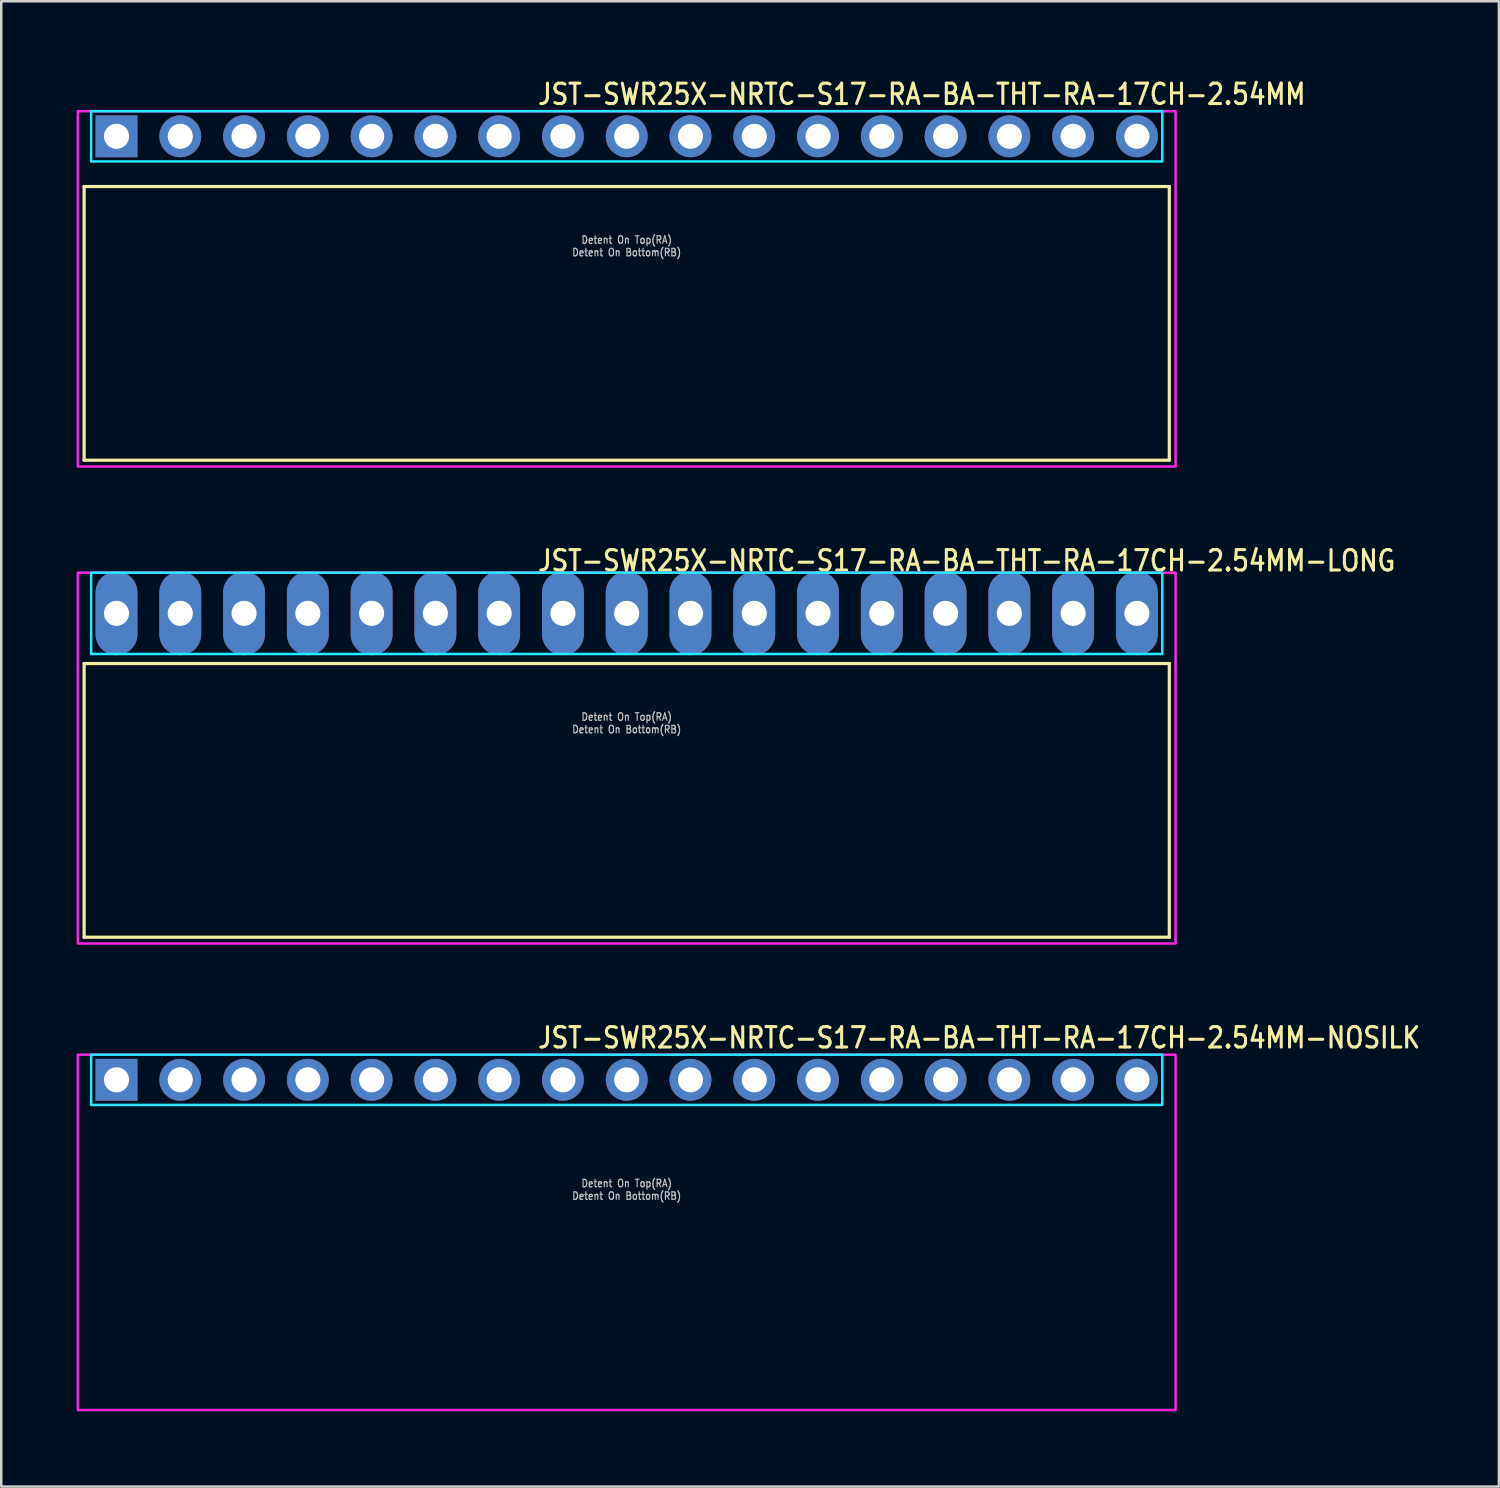
<source format=kicad_pcb>
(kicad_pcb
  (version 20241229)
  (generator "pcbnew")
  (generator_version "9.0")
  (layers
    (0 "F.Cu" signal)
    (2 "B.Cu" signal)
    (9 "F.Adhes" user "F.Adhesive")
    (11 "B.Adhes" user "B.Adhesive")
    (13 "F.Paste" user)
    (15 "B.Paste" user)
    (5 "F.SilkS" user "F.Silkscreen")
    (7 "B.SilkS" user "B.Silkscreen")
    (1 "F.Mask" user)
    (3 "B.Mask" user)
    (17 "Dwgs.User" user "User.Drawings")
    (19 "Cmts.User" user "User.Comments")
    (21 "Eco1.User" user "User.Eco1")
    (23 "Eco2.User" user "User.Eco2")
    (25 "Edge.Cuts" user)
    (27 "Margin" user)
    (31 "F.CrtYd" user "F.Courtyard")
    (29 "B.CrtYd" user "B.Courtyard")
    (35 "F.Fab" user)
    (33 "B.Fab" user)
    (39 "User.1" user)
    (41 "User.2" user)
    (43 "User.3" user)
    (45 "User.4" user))
  (footprint "JST-SWR25X-NRTC-S17-RA-BA-THT-RA-17CH-2.54MM-LONG"
    (layer "F.Cu")
    (at 21.91 21.377)
    (property "Reference" "JST-SWR25X-NRTC-S17-RA-BA-THT-RA-17CH-2.54MM-LONG" (at -3.6 -1.62 0) (unlocked yes) (layer "F.SilkS") (effects (font (size 0.813 0.695) (thickness 0.122)) (justify left bottom)))
    (fp_line (start -21.61 2) (end 21.61 2) (stroke (width 0.127) (type solid)) (layer "F.SilkS"))
    (fp_line (start -21.61 12.9) (end -21.61 2) (stroke (width 0.127) (type solid)) (layer "F.SilkS"))
    (fp_line (start -21.61 12.9) (end 21.61 12.9) (stroke (width 0.127) (type solid)) (layer "F.SilkS"))
    (fp_line (start 21.61 2) (end 21.61 12.9) (stroke (width 0.127) (type solid)) (layer "F.SilkS"))
    (fp_poly (pts (xy -21.33 -1.62) (xy -21.33 1.62) (xy 21.33 1.62) (xy 21.33 -1.62)) (stroke (width 0.1) (type solid)) (fill no) (layer "B.CrtYd"))
    (fp_poly (pts (xy -21.86 -1.62) (xy -21.86 13.15) (xy 21.86 13.15) (xy 21.86 -1.62)) (stroke (width 0.1) (type solid)) (fill no) (layer "F.CrtYd"))
    (fp_text user "Detent On Top(RA)" (at 0 4.3 0) (unlocked yes) (layer "Dwgs.User") (effects (font (size 0.3 0.257) (thickness 0.045)) (justify bottom)))
    (fp_text user "Detent On Bottom(RB)" (at 0 4.8 0) (unlocked yes) (layer "Dwgs.User") (effects (font (size 0.3 0.257) (thickness 0.045)) (justify bottom)))
    (pad "1" thru_hole oval (at -20.32 0 90) (size 3.333 1.667) (drill 1) (layers "*.Cu" "*.Mask"))
    (pad "2" thru_hole oval (at -17.78 0 90) (size 3.333 1.667) (drill 1) (layers "*.Cu" "*.Mask"))
    (pad "3" thru_hole oval (at -15.24 0 90) (size 3.333 1.667) (drill 1) (layers "*.Cu" "*.Mask"))
    (pad "4" thru_hole oval (at -12.7 0 90) (size 3.333 1.667) (drill 1) (layers "*.Cu" "*.Mask"))
    (pad "5" thru_hole oval (at -10.16 0 90) (size 3.333 1.667) (drill 1) (layers "*.Cu" "*.Mask"))
    (pad "6" thru_hole oval (at -7.62 0 90) (size 3.333 1.667) (drill 1) (layers "*.Cu" "*.Mask"))
    (pad "7" thru_hole oval (at -5.08 0 90) (size 3.333 1.667) (drill 1) (layers "*.Cu" "*.Mask"))
    (pad "8" thru_hole oval (at -2.54 0 90) (size 3.333 1.667) (drill 1) (layers "*.Cu" "*.Mask"))
    (pad "9" thru_hole oval (at 0 0 90) (size 3.333 1.667) (drill 1) (layers "*.Cu" "*.Mask"))
    (pad "10" thru_hole oval (at 2.54 0 90) (size 3.333 1.667) (drill 1) (layers "*.Cu" "*.Mask"))
    (pad "11" thru_hole oval (at 5.08 0 90) (size 3.333 1.667) (drill 1) (layers "*.Cu" "*.Mask"))
    (pad "12" thru_hole oval (at 7.62 0 90) (size 3.333 1.667) (drill 1) (layers "*.Cu" "*.Mask"))
    (pad "13" thru_hole oval (at 10.16 0 90) (size 3.333 1.667) (drill 1) (layers "*.Cu" "*.Mask"))
    (pad "14" thru_hole oval (at 12.7 0 90) (size 3.333 1.667) (drill 1) (layers "*.Cu" "*.Mask"))
    (pad "15" thru_hole oval (at 15.24 0 90) (size 3.333 1.667) (drill 1) (layers "*.Cu" "*.Mask"))
    (pad "16" thru_hole oval (at 17.78 0 90) (size 3.333 1.667) (drill 1) (layers "*.Cu" "*.Mask"))
    (pad "17" thru_hole oval (at 20.32 0 90) (size 3.333 1.667) (drill 1) (layers "*.Cu" "*.Mask")))
  (footprint "JST-SWR25X-NRTC-S17-RA-BA-THT-RA-17CH-2.54MM"
    (layer "F.Cu")
    (at 21.91 2.379)
    (property "Reference" "JST-SWR25X-NRTC-S17-RA-BA-THT-RA-17CH-2.54MM" (at -3.6 -1.2 0) (unlocked yes) (layer "F.SilkS") (effects (font (size 0.813 0.695) (thickness 0.122)) (justify left bottom)))
    (fp_line (start -21.61 2) (end 21.61 2) (stroke (width 0.127) (type solid)) (layer "F.SilkS"))
    (fp_line (start -21.61 12.9) (end -21.61 2) (stroke (width 0.127) (type solid)) (layer "F.SilkS"))
    (fp_line (start -21.61 12.9) (end 21.61 12.9) (stroke (width 0.127) (type solid)) (layer "F.SilkS"))
    (fp_line (start 21.61 2) (end 21.61 12.9) (stroke (width 0.127) (type solid)) (layer "F.SilkS"))
    (fp_poly (pts (xy -21.33 -1) (xy -21.33 1) (xy 21.33 1) (xy 21.33 -1)) (stroke (width 0.1) (type solid)) (fill no) (layer "B.CrtYd"))
    (fp_poly (pts (xy -21.86 -1) (xy -21.86 13.15) (xy 21.86 13.15) (xy 21.86 -1)) (stroke (width 0.1) (type solid)) (fill no) (layer "F.CrtYd"))
    (fp_text user "Detent On Bottom(RB)" (at 0 4.8 0) (unlocked yes) (layer "Dwgs.User") (effects (font (size 0.3 0.257) (thickness 0.045)) (justify bottom)))
    (fp_text user "Detent On Top(RA)" (at 0 4.3 0) (unlocked yes) (layer "Dwgs.User") (effects (font (size 0.3 0.257) (thickness 0.045)) (justify bottom)))
    (pad "1" thru_hole rect (at -20.32 0) (size 1.667 1.667) (drill 1) (layers "*.Cu" "*.Mask"))
    (pad "2" thru_hole oval (at -17.78 0) (size 1.667 1.667) (drill 1) (layers "*.Cu" "*.Mask"))
    (pad "3" thru_hole oval (at -15.24 0) (size 1.667 1.667) (drill 1) (layers "*.Cu" "*.Mask"))
    (pad "4" thru_hole oval (at -12.7 0) (size 1.667 1.667) (drill 1) (layers "*.Cu" "*.Mask"))
    (pad "5" thru_hole oval (at -10.16 0) (size 1.667 1.667) (drill 1) (layers "*.Cu" "*.Mask"))
    (pad "6" thru_hole oval (at -7.62 0) (size 1.667 1.667) (drill 1) (layers "*.Cu" "*.Mask"))
    (pad "7" thru_hole oval (at -5.08 0) (size 1.667 1.667) (drill 1) (layers "*.Cu" "*.Mask"))
    (pad "8" thru_hole oval (at -2.54 0) (size 1.667 1.667) (drill 1) (layers "*.Cu" "*.Mask"))
    (pad "9" thru_hole oval (at 0 0) (size 1.667 1.667) (drill 1) (layers "*.Cu" "*.Mask"))
    (pad "10" thru_hole oval (at 2.54 0) (size 1.667 1.667) (drill 1) (layers "*.Cu" "*.Mask"))
    (pad "11" thru_hole oval (at 5.08 0) (size 1.667 1.667) (drill 1) (layers "*.Cu" "*.Mask"))
    (pad "12" thru_hole oval (at 7.62 0) (size 1.667 1.667) (drill 1) (layers "*.Cu" "*.Mask"))
    (pad "13" thru_hole oval (at 10.16 0) (size 1.667 1.667) (drill 1) (layers "*.Cu" "*.Mask"))
    (pad "14" thru_hole oval (at 12.7 0) (size 1.667 1.667) (drill 1) (layers "*.Cu" "*.Mask"))
    (pad "15" thru_hole oval (at 15.24 0) (size 1.667 1.667) (drill 1) (layers "*.Cu" "*.Mask"))
    (pad "16" thru_hole oval (at 17.78 0) (size 1.667 1.667) (drill 1) (layers "*.Cu" "*.Mask"))
    (pad "17" thru_hole oval (at 20.32 0) (size 1.667 1.667) (drill 1) (layers "*.Cu" "*.Mask")))
  (footprint "JST-SWR25X-NRTC-S17-RA-BA-THT-RA-17CH-2.54MM-NOSILK"
    (layer "F.Cu")
    (at 21.91 39.956)
    (property "Reference" "JST-SWR25X-NRTC-S17-RA-BA-THT-RA-17CH-2.54MM-NOSILK" (at -3.6 -1.2 0) (unlocked yes) (layer "F.SilkS") (effects (font (size 0.813 0.695) (thickness 0.122)) (justify left bottom)))
    (fp_poly (pts (xy -21.33 -1) (xy -21.33 1) (xy 21.33 1) (xy 21.33 -1)) (stroke (width 0.1) (type solid)) (fill no) (layer "B.CrtYd"))
    (fp_poly (pts (xy -21.86 -1) (xy -21.86 13.15) (xy 21.86 13.15) (xy 21.86 -1)) (stroke (width 0.1) (type solid)) (fill no) (layer "F.CrtYd"))
    (fp_text user "Detent On Bottom(RB)" (at 0 4.8 0) (unlocked yes) (layer "Dwgs.User") (effects (font (size 0.3 0.257) (thickness 0.045)) (justify bottom)))
    (fp_text user "Detent On Top(RA)" (at 0 4.3 0) (unlocked yes) (layer "Dwgs.User") (effects (font (size 0.3 0.257) (thickness 0.045)) (justify bottom)))
    (pad "1" thru_hole rect (at -20.32 0) (size 1.667 1.667) (drill 1) (layers "*.Cu" "*.Mask"))
    (pad "2" thru_hole oval (at -17.78 0) (size 1.667 1.667) (drill 1) (layers "*.Cu" "*.Mask"))
    (pad "3" thru_hole oval (at -15.24 0) (size 1.667 1.667) (drill 1) (layers "*.Cu" "*.Mask"))
    (pad "4" thru_hole oval (at -12.7 0) (size 1.667 1.667) (drill 1) (layers "*.Cu" "*.Mask"))
    (pad "5" thru_hole oval (at -10.16 0) (size 1.667 1.667) (drill 1) (layers "*.Cu" "*.Mask"))
    (pad "6" thru_hole oval (at -7.62 0) (size 1.667 1.667) (drill 1) (layers "*.Cu" "*.Mask"))
    (pad "7" thru_hole oval (at -5.08 0) (size 1.667 1.667) (drill 1) (layers "*.Cu" "*.Mask"))
    (pad "8" thru_hole oval (at -2.54 0) (size 1.667 1.667) (drill 1) (layers "*.Cu" "*.Mask"))
    (pad "9" thru_hole oval (at 0 0) (size 1.667 1.667) (drill 1) (layers "*.Cu" "*.Mask"))
    (pad "10" thru_hole oval (at 2.54 0) (size 1.667 1.667) (drill 1) (layers "*.Cu" "*.Mask"))
    (pad "11" thru_hole oval (at 5.08 0) (size 1.667 1.667) (drill 1) (layers "*.Cu" "*.Mask"))
    (pad "12" thru_hole oval (at 7.62 0) (size 1.667 1.667) (drill 1) (layers "*.Cu" "*.Mask"))
    (pad "13" thru_hole oval (at 10.16 0) (size 1.667 1.667) (drill 1) (layers "*.Cu" "*.Mask"))
    (pad "14" thru_hole oval (at 12.7 0) (size 1.667 1.667) (drill 1) (layers "*.Cu" "*.Mask"))
    (pad "15" thru_hole oval (at 15.24 0) (size 1.667 1.667) (drill 1) (layers "*.Cu" "*.Mask"))
    (pad "16" thru_hole oval (at 17.78 0) (size 1.667 1.667) (drill 1) (layers "*.Cu" "*.Mask"))
    (pad "17" thru_hole oval (at 20.32 0) (size 1.667 1.667) (drill 1) (layers "*.Cu" "*.Mask")))
  (gr_rect
    (start -3 -3)
    (end 56.648 56.156)
    (stroke (width 0.1) (type default))
    (fill no)
    (layer "Edge.Cuts")))
</source>
